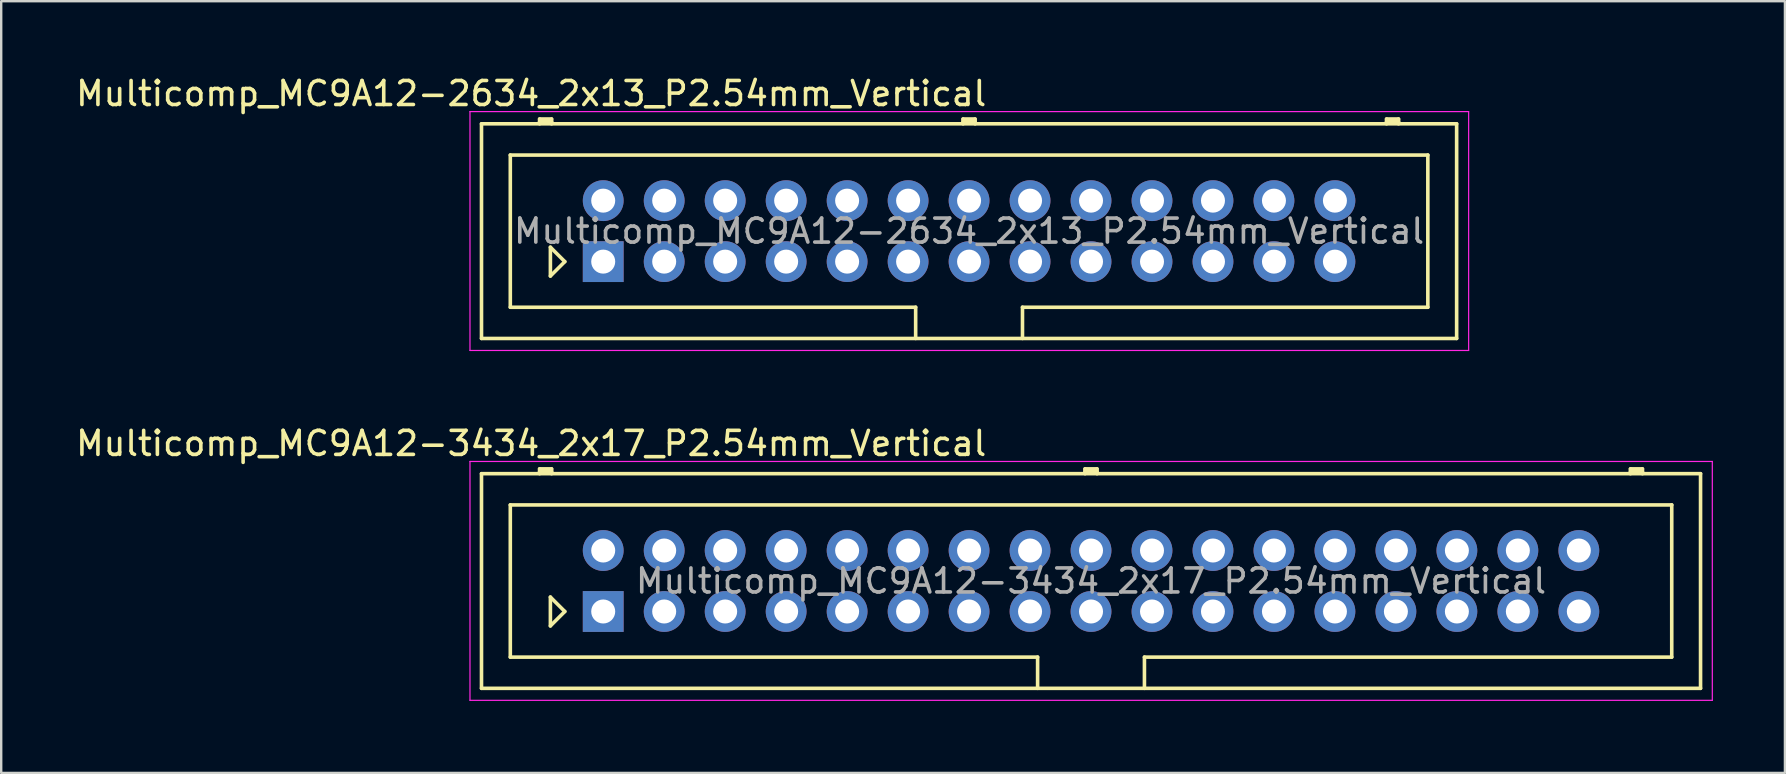
<source format=kicad_pcb>
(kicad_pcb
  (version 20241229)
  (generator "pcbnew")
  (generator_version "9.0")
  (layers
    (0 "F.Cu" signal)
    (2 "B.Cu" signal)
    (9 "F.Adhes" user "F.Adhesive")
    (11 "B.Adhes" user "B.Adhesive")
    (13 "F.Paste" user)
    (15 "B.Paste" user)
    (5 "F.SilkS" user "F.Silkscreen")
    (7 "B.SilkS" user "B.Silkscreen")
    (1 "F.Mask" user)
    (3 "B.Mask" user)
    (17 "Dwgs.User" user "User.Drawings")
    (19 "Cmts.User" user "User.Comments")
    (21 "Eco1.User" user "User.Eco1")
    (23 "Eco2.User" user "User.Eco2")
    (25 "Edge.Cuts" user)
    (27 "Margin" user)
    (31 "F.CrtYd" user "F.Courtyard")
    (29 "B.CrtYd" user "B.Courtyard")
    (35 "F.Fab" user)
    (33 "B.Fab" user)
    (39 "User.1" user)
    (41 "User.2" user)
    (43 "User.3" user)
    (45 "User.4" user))
  (footprint "Multicomp_MC9A12-3434_2x17_P2.54mm_Vertical"
    (layer "F.Cu")
    (at 22.077 22.422)
    (property "Reference" "Multicomp_MC9A12-3434_2x17_P2.54mm_Vertical" (at -3 -7 0) (layer "F.SilkS") (effects (font (size 1 1) (thickness 0.15))))
    (attr through_hole)
    (fp_line (start -5.07 -5.74) (end 45.71 -5.74) (stroke (width 0.15) (type solid)) (layer "F.SilkS"))
    (fp_line (start -5.07 3.2) (end -5.07 -5.74) (stroke (width 0.15) (type solid)) (layer "F.SilkS"))
    (fp_line (start -3.87 -4.44) (end 44.51 -4.44) (stroke (width 0.15) (type solid)) (layer "F.SilkS"))
    (fp_line (start -3.87 1.9) (end -3.87 -4.44) (stroke (width 0.15) (type solid)) (layer "F.SilkS"))
    (fp_line (start -2.65 -5.94) (end -2.15 -5.94) (stroke (width 0.15) (type solid)) (layer "F.SilkS"))
    (fp_line (start -2.65 -5.84) (end -2.15 -5.84) (stroke (width 0.15) (type solid)) (layer "F.SilkS"))
    (fp_line (start -2.65 -5.74) (end -2.65 -5.94) (stroke (width 0.15) (type solid)) (layer "F.SilkS"))
    (fp_line (start -2.2 -0.6) (end -1.6 0) (stroke (width 0.15) (type solid)) (layer "F.SilkS"))
    (fp_line (start -2.2 0.6) (end -2.2 -0.6) (stroke (width 0.15) (type solid)) (layer "F.SilkS"))
    (fp_line (start -2.15 -5.94) (end -2.15 -5.74) (stroke (width 0.15) (type solid)) (layer "F.SilkS"))
    (fp_line (start -1.6 0) (end -2.2 0.6) (stroke (width 0.15) (type solid)) (layer "F.SilkS"))
    (fp_line (start 18.095 1.9) (end -3.87 1.9) (stroke (width 0.15) (type solid)) (layer "F.SilkS"))
    (fp_line (start 18.095 3.2) (end 18.095 1.9) (stroke (width 0.15) (type solid)) (layer "F.SilkS"))
    (fp_line (start 20.07 -5.94) (end 20.57 -5.94) (stroke (width 0.15) (type solid)) (layer "F.SilkS"))
    (fp_line (start 20.07 -5.84) (end 20.57 -5.84) (stroke (width 0.15) (type solid)) (layer "F.SilkS"))
    (fp_line (start 20.07 -5.74) (end 20.07 -5.94) (stroke (width 0.15) (type solid)) (layer "F.SilkS"))
    (fp_line (start 20.57 -5.94) (end 20.57 -5.74) (stroke (width 0.15) (type solid)) (layer "F.SilkS"))
    (fp_line (start 22.545 1.9) (end 22.545 3.2) (stroke (width 0.15) (type solid)) (layer "F.SilkS"))
    (fp_line (start 42.79 -5.94) (end 43.29 -5.94) (stroke (width 0.15) (type solid)) (layer "F.SilkS"))
    (fp_line (start 42.79 -5.84) (end 43.29 -5.84) (stroke (width 0.15) (type solid)) (layer "F.SilkS"))
    (fp_line (start 42.79 -5.74) (end 42.79 -5.94) (stroke (width 0.15) (type solid)) (layer "F.SilkS"))
    (fp_line (start 43.29 -5.94) (end 43.29 -5.74) (stroke (width 0.15) (type solid)) (layer "F.SilkS"))
    (fp_line (start 44.51 -4.44) (end 44.51 1.9) (stroke (width 0.15) (type solid)) (layer "F.SilkS"))
    (fp_line (start 44.51 1.9) (end 22.545 1.9) (stroke (width 0.15) (type solid)) (layer "F.SilkS"))
    (fp_line (start 45.71 -5.74) (end 45.71 3.2) (stroke (width 0.15) (type solid)) (layer "F.SilkS"))
    (fp_line (start 45.71 3.2) (end -5.07 3.2) (stroke (width 0.15) (type solid)) (layer "F.SilkS"))
    (fp_line (start -5.55 -6.25) (end 46.2 -6.25) (stroke (width 0.05) (type solid)) (layer "F.CrtYd"))
    (fp_line (start -5.55 3.7) (end -5.55 -6.25) (stroke (width 0.05) (type solid)) (layer "F.CrtYd"))
    (fp_line (start 46.2 -6.25) (end 46.2 3.7) (stroke (width 0.05) (type solid)) (layer "F.CrtYd"))
    (fp_line (start 46.2 3.7) (end -5.55 3.7) (stroke (width 0.05) (type solid)) (layer "F.CrtYd"))
    (fp_text user "${REFERENCE}" (at 20.32 -1.27 0) (layer "F.Fab") (effects (font (size 1 1) (thickness 0.15))))
    (pad "1" thru_hole rect (at 0 0) (size 1.7 1.7) (drill 1) (layers "*.Cu" "*.Mask"))
    (pad "2" thru_hole circle (at 0 -2.54) (size 1.7 1.7) (drill 1) (layers "*.Cu" "*.Mask"))
    (pad "3" thru_hole circle (at 2.54 0) (size 1.7 1.7) (drill 1) (layers "*.Cu" "*.Mask"))
    (pad "4" thru_hole circle (at 2.54 -2.54) (size 1.7 1.7) (drill 1) (layers "*.Cu" "*.Mask"))
    (pad "5" thru_hole circle (at 5.08 0) (size 1.7 1.7) (drill 1) (layers "*.Cu" "*.Mask"))
    (pad "6" thru_hole circle (at 5.08 -2.54) (size 1.7 1.7) (drill 1) (layers "*.Cu" "*.Mask"))
    (pad "7" thru_hole circle (at 7.62 0) (size 1.7 1.7) (drill 1) (layers "*.Cu" "*.Mask"))
    (pad "8" thru_hole circle (at 7.62 -2.54) (size 1.7 1.7) (drill 1) (layers "*.Cu" "*.Mask"))
    (pad "9" thru_hole circle (at 10.16 0) (size 1.7 1.7) (drill 1) (layers "*.Cu" "*.Mask"))
    (pad "10" thru_hole circle (at 10.16 -2.54) (size 1.7 1.7) (drill 1) (layers "*.Cu" "*.Mask"))
    (pad "11" thru_hole circle (at 12.7 0) (size 1.7 1.7) (drill 1) (layers "*.Cu" "*.Mask"))
    (pad "12" thru_hole circle (at 12.7 -2.54) (size 1.7 1.7) (drill 1) (layers "*.Cu" "*.Mask"))
    (pad "13" thru_hole circle (at 15.24 0) (size 1.7 1.7) (drill 1) (layers "*.Cu" "*.Mask"))
    (pad "14" thru_hole circle (at 15.24 -2.54) (size 1.7 1.7) (drill 1) (layers "*.Cu" "*.Mask"))
    (pad "15" thru_hole circle (at 17.78 0) (size 1.7 1.7) (drill 1) (layers "*.Cu" "*.Mask"))
    (pad "16" thru_hole circle (at 17.78 -2.54) (size 1.7 1.7) (drill 1) (layers "*.Cu" "*.Mask"))
    (pad "17" thru_hole circle (at 20.32 0) (size 1.7 1.7) (drill 1) (layers "*.Cu" "*.Mask"))
    (pad "18" thru_hole circle (at 20.32 -2.54) (size 1.7 1.7) (drill 1) (layers "*.Cu" "*.Mask"))
    (pad "19" thru_hole circle (at 22.86 0) (size 1.7 1.7) (drill 1) (layers "*.Cu" "*.Mask"))
    (pad "20" thru_hole circle (at 22.86 -2.54) (size 1.7 1.7) (drill 1) (layers "*.Cu" "*.Mask"))
    (pad "21" thru_hole circle (at 25.4 0) (size 1.7 1.7) (drill 1) (layers "*.Cu" "*.Mask"))
    (pad "22" thru_hole circle (at 25.4 -2.54) (size 1.7 1.7) (drill 1) (layers "*.Cu" "*.Mask"))
    (pad "23" thru_hole circle (at 27.94 0) (size 1.7 1.7) (drill 1) (layers "*.Cu" "*.Mask"))
    (pad "24" thru_hole circle (at 27.94 -2.54) (size 1.7 1.7) (drill 1) (layers "*.Cu" "*.Mask"))
    (pad "25" thru_hole circle (at 30.48 0) (size 1.7 1.7) (drill 1) (layers "*.Cu" "*.Mask"))
    (pad "26" thru_hole circle (at 30.48 -2.54) (size 1.7 1.7) (drill 1) (layers "*.Cu" "*.Mask"))
    (pad "27" thru_hole circle (at 33.02 0) (size 1.7 1.7) (drill 1) (layers "*.Cu" "*.Mask"))
    (pad "28" thru_hole circle (at 33.02 -2.54) (size 1.7 1.7) (drill 1) (layers "*.Cu" "*.Mask"))
    (pad "29" thru_hole circle (at 35.56 0) (size 1.7 1.7) (drill 1) (layers "*.Cu" "*.Mask"))
    (pad "30" thru_hole circle (at 35.56 -2.54) (size 1.7 1.7) (drill 1) (layers "*.Cu" "*.Mask"))
    (pad "31" thru_hole circle (at 38.1 0) (size 1.7 1.7) (drill 1) (layers "*.Cu" "*.Mask"))
    (pad "32" thru_hole circle (at 38.1 -2.54) (size 1.7 1.7) (drill 1) (layers "*.Cu" "*.Mask"))
    (pad "33" thru_hole circle (at 40.64 0) (size 1.7 1.7) (drill 1) (layers "*.Cu" "*.Mask"))
    (pad "34" thru_hole circle (at 40.64 -2.54) (size 1.7 1.7) (drill 1) (layers "*.Cu" "*.Mask")))
  (footprint "Multicomp_MC9A12-2634_2x13_P2.54mm_Vertical"
    (layer "F.Cu")
    (at 22.077 7.848)
    (property "Reference" "Multicomp_MC9A12-2634_2x13_P2.54mm_Vertical" (at -3 -7 0) (layer "F.SilkS") (effects (font (size 1 1) (thickness 0.15))))
    (attr through_hole)
    (fp_line (start -5.07 -5.74) (end 35.55 -5.74) (stroke (width 0.15) (type solid)) (layer "F.SilkS"))
    (fp_line (start -5.07 3.2) (end -5.07 -5.74) (stroke (width 0.15) (type solid)) (layer "F.SilkS"))
    (fp_line (start -3.87 -4.44) (end 34.35 -4.44) (stroke (width 0.15) (type solid)) (layer "F.SilkS"))
    (fp_line (start -3.87 1.9) (end -3.87 -4.44) (stroke (width 0.15) (type solid)) (layer "F.SilkS"))
    (fp_line (start -2.65 -5.94) (end -2.15 -5.94) (stroke (width 0.15) (type solid)) (layer "F.SilkS"))
    (fp_line (start -2.65 -5.84) (end -2.15 -5.84) (stroke (width 0.15) (type solid)) (layer "F.SilkS"))
    (fp_line (start -2.65 -5.74) (end -2.65 -5.94) (stroke (width 0.15) (type solid)) (layer "F.SilkS"))
    (fp_line (start -2.2 -0.6) (end -1.6 0) (stroke (width 0.15) (type solid)) (layer "F.SilkS"))
    (fp_line (start -2.2 0.6) (end -2.2 -0.6) (stroke (width 0.15) (type solid)) (layer "F.SilkS"))
    (fp_line (start -2.15 -5.94) (end -2.15 -5.74) (stroke (width 0.15) (type solid)) (layer "F.SilkS"))
    (fp_line (start -1.6 0) (end -2.2 0.6) (stroke (width 0.15) (type solid)) (layer "F.SilkS"))
    (fp_line (start 13.015 1.9) (end -3.87 1.9) (stroke (width 0.15) (type solid)) (layer "F.SilkS"))
    (fp_line (start 13.015 3.2) (end 13.015 1.9) (stroke (width 0.15) (type solid)) (layer "F.SilkS"))
    (fp_line (start 14.99 -5.94) (end 15.49 -5.94) (stroke (width 0.15) (type solid)) (layer "F.SilkS"))
    (fp_line (start 14.99 -5.84) (end 15.49 -5.84) (stroke (width 0.15) (type solid)) (layer "F.SilkS"))
    (fp_line (start 14.99 -5.74) (end 14.99 -5.94) (stroke (width 0.15) (type solid)) (layer "F.SilkS"))
    (fp_line (start 15.49 -5.94) (end 15.49 -5.74) (stroke (width 0.15) (type solid)) (layer "F.SilkS"))
    (fp_line (start 17.465 1.9) (end 17.465 3.2) (stroke (width 0.15) (type solid)) (layer "F.SilkS"))
    (fp_line (start 32.63 -5.94) (end 33.13 -5.94) (stroke (width 0.15) (type solid)) (layer "F.SilkS"))
    (fp_line (start 32.63 -5.84) (end 33.13 -5.84) (stroke (width 0.15) (type solid)) (layer "F.SilkS"))
    (fp_line (start 32.63 -5.74) (end 32.63 -5.94) (stroke (width 0.15) (type solid)) (layer "F.SilkS"))
    (fp_line (start 33.13 -5.94) (end 33.13 -5.74) (stroke (width 0.15) (type solid)) (layer "F.SilkS"))
    (fp_line (start 34.35 -4.44) (end 34.35 1.9) (stroke (width 0.15) (type solid)) (layer "F.SilkS"))
    (fp_line (start 34.35 1.9) (end 17.465 1.9) (stroke (width 0.15) (type solid)) (layer "F.SilkS"))
    (fp_line (start 35.55 -5.74) (end 35.55 3.2) (stroke (width 0.15) (type solid)) (layer "F.SilkS"))
    (fp_line (start 35.55 3.2) (end -5.07 3.2) (stroke (width 0.15) (type solid)) (layer "F.SilkS"))
    (fp_line (start -5.55 -6.25) (end 36.05 -6.25) (stroke (width 0.05) (type solid)) (layer "F.CrtYd"))
    (fp_line (start -5.55 3.7) (end -5.55 -6.25) (stroke (width 0.05) (type solid)) (layer "F.CrtYd"))
    (fp_line (start 36.05 -6.25) (end 36.05 3.7) (stroke (width 0.05) (type solid)) (layer "F.CrtYd"))
    (fp_line (start 36.05 3.7) (end -5.55 3.7) (stroke (width 0.05) (type solid)) (layer "F.CrtYd"))
    (fp_text user "${REFERENCE}" (at 15.24 -1.27 0) (layer "F.Fab") (effects (font (size 1 1) (thickness 0.15))))
    (pad "1" thru_hole rect (at 0 0) (size 1.7 1.7) (drill 1) (layers "*.Cu" "*.Mask"))
    (pad "2" thru_hole circle (at 0 -2.54) (size 1.7 1.7) (drill 1) (layers "*.Cu" "*.Mask"))
    (pad "3" thru_hole circle (at 2.54 0) (size 1.7 1.7) (drill 1) (layers "*.Cu" "*.Mask"))
    (pad "4" thru_hole circle (at 2.54 -2.54) (size 1.7 1.7) (drill 1) (layers "*.Cu" "*.Mask"))
    (pad "5" thru_hole circle (at 5.08 0) (size 1.7 1.7) (drill 1) (layers "*.Cu" "*.Mask"))
    (pad "6" thru_hole circle (at 5.08 -2.54) (size 1.7 1.7) (drill 1) (layers "*.Cu" "*.Mask"))
    (pad "7" thru_hole circle (at 7.62 0) (size 1.7 1.7) (drill 1) (layers "*.Cu" "*.Mask"))
    (pad "8" thru_hole circle (at 7.62 -2.54) (size 1.7 1.7) (drill 1) (layers "*.Cu" "*.Mask"))
    (pad "9" thru_hole circle (at 10.16 0) (size 1.7 1.7) (drill 1) (layers "*.Cu" "*.Mask"))
    (pad "10" thru_hole circle (at 10.16 -2.54) (size 1.7 1.7) (drill 1) (layers "*.Cu" "*.Mask"))
    (pad "11" thru_hole circle (at 12.7 0) (size 1.7 1.7) (drill 1) (layers "*.Cu" "*.Mask"))
    (pad "12" thru_hole circle (at 12.7 -2.54) (size 1.7 1.7) (drill 1) (layers "*.Cu" "*.Mask"))
    (pad "13" thru_hole circle (at 15.24 0) (size 1.7 1.7) (drill 1) (layers "*.Cu" "*.Mask"))
    (pad "14" thru_hole circle (at 15.24 -2.54) (size 1.7 1.7) (drill 1) (layers "*.Cu" "*.Mask"))
    (pad "15" thru_hole circle (at 17.78 0) (size 1.7 1.7) (drill 1) (layers "*.Cu" "*.Mask"))
    (pad "16" thru_hole circle (at 17.78 -2.54) (size 1.7 1.7) (drill 1) (layers "*.Cu" "*.Mask"))
    (pad "17" thru_hole circle (at 20.32 0) (size 1.7 1.7) (drill 1) (layers "*.Cu" "*.Mask"))
    (pad "18" thru_hole circle (at 20.32 -2.54) (size 1.7 1.7) (drill 1) (layers "*.Cu" "*.Mask"))
    (pad "19" thru_hole circle (at 22.86 0) (size 1.7 1.7) (drill 1) (layers "*.Cu" "*.Mask"))
    (pad "20" thru_hole circle (at 22.86 -2.54) (size 1.7 1.7) (drill 1) (layers "*.Cu" "*.Mask"))
    (pad "21" thru_hole circle (at 25.4 0) (size 1.7 1.7) (drill 1) (layers "*.Cu" "*.Mask"))
    (pad "22" thru_hole circle (at 25.4 -2.54) (size 1.7 1.7) (drill 1) (layers "*.Cu" "*.Mask"))
    (pad "23" thru_hole circle (at 27.94 0) (size 1.7 1.7) (drill 1) (layers "*.Cu" "*.Mask"))
    (pad "24" thru_hole circle (at 27.94 -2.54) (size 1.7 1.7) (drill 1) (layers "*.Cu" "*.Mask"))
    (pad "25" thru_hole circle (at 30.48 0) (size 1.7 1.7) (drill 1) (layers "*.Cu" "*.Mask"))
    (pad "26" thru_hole circle (at 30.48 -2.54) (size 1.7 1.7) (drill 1) (layers "*.Cu" "*.Mask")))
  (gr_rect
    (start -3 -3)
    (end 71.302 29.146)
    (stroke (width 0.1) (type default))
    (fill no)
    (layer "Edge.Cuts")))
</source>
